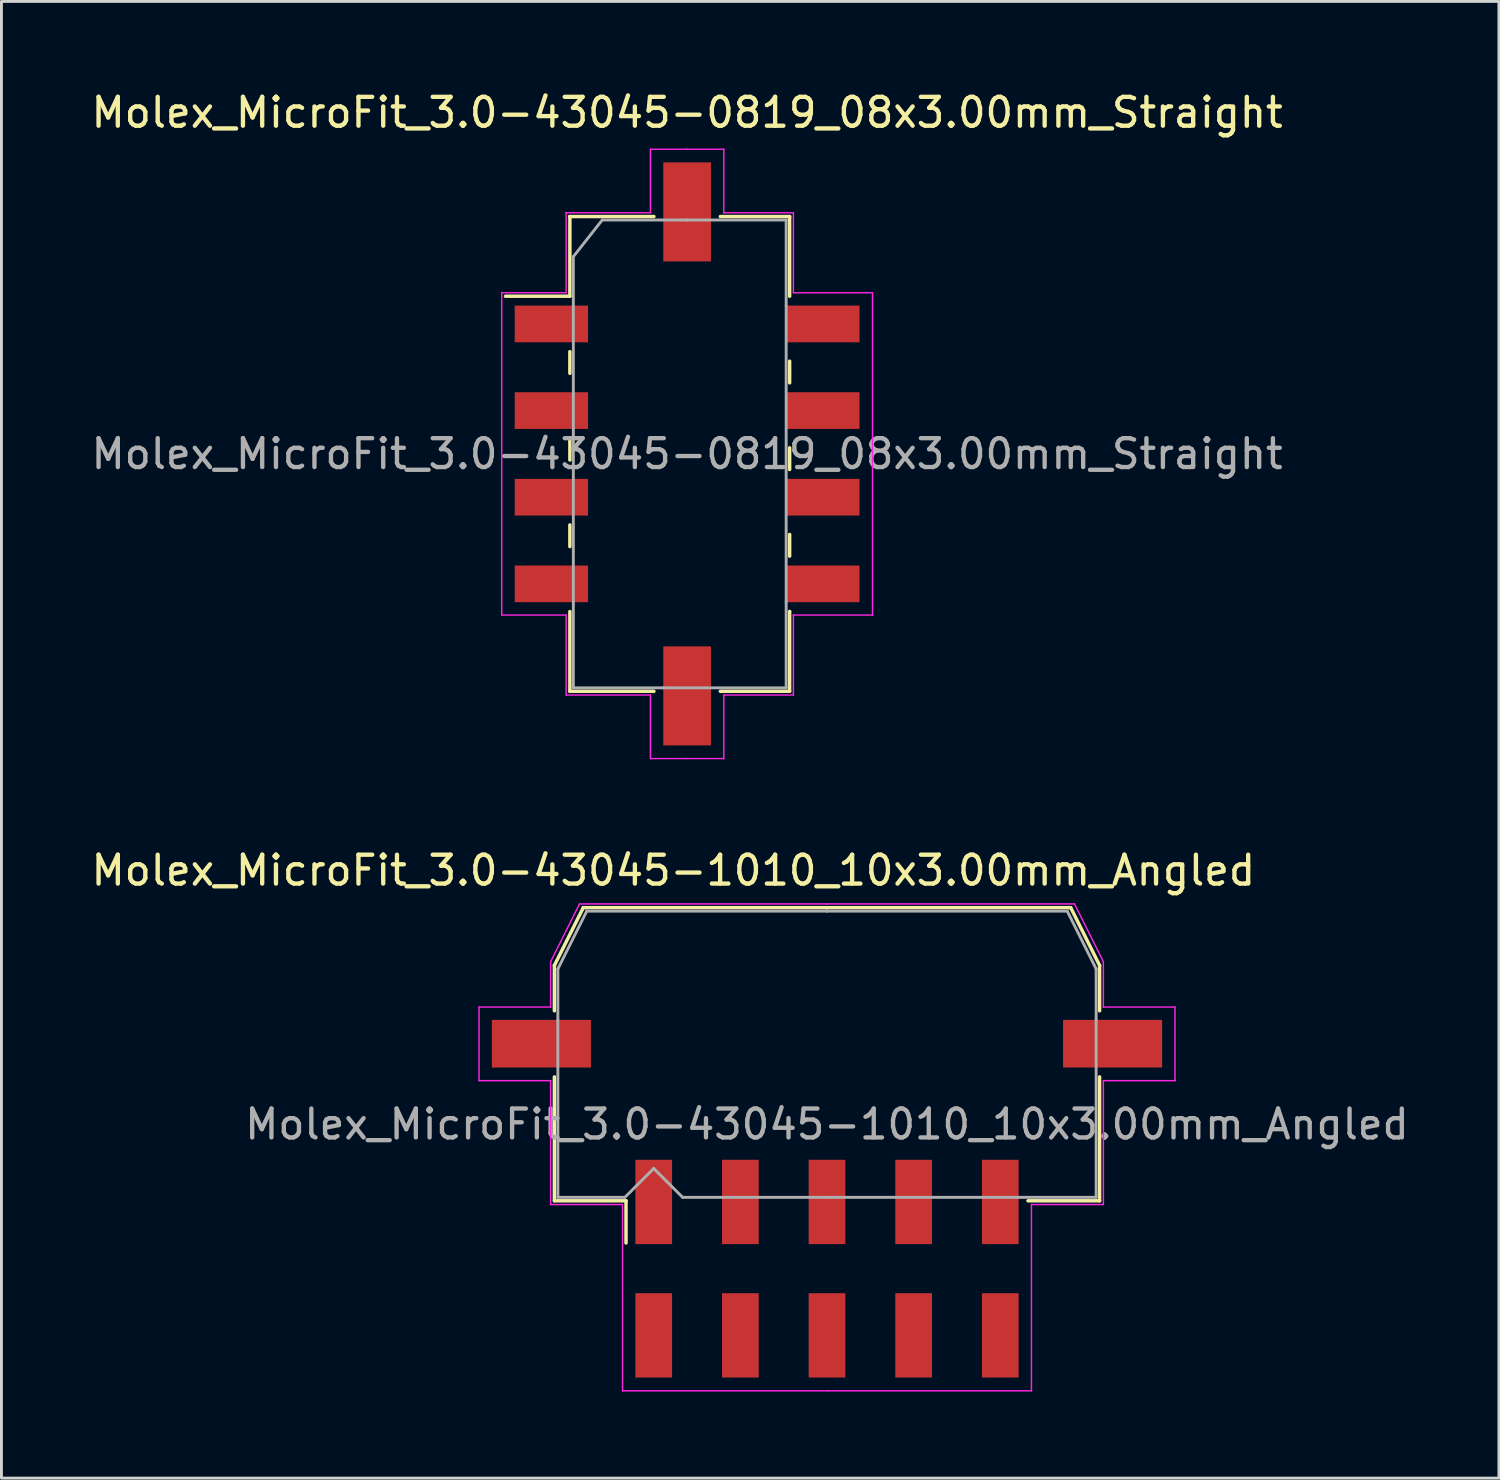
<source format=kicad_pcb>
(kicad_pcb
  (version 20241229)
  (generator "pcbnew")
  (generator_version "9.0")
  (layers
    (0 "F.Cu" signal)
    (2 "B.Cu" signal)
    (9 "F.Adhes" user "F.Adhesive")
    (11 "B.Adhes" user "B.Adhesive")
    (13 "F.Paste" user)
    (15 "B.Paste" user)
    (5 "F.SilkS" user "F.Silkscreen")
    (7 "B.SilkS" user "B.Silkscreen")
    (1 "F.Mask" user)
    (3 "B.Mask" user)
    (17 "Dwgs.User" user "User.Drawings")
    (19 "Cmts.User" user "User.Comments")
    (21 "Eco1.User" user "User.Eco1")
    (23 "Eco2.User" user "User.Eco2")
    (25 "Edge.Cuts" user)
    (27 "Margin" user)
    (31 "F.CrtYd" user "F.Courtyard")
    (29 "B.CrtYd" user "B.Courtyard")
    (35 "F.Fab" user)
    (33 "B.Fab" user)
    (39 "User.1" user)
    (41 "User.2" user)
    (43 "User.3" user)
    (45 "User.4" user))
  (footprint "Molex_MicroFit_3.0-43045-0819_08x3.00mm_Straight"
    (layer "F.Cu")
    (at 20.744 12.668)
    (property "Reference" "Molex_MicroFit_3.0-43045-0819_08x3.00mm_Straight" (at 0 -11.82 0) (layer "F.SilkS") (effects (font (size 1 1) (thickness 0.15))))
    (attr smd)
    (fp_line (start -6.29 -5.46) (end -4.06 -5.46) (stroke (width 0.12) (type solid)) (layer "F.SilkS"))
    (fp_line (start -4.06 -8.22) (end -4.06 -8.22) (stroke (width 0.12) (type solid)) (layer "F.SilkS"))
    (fp_line (start -4.06 -8.22) (end -1.15 -8.22) (stroke (width 0.12) (type solid)) (layer "F.SilkS"))
    (fp_line (start -4.06 -5.46) (end -4.06 -8.22) (stroke (width 0.12) (type solid)) (layer "F.SilkS"))
    (fp_line (start -4.06 -3.54) (end -4.06 -2.79) (stroke (width 0.12) (type solid)) (layer "F.SilkS"))
    (fp_line (start -4.06 -0.54) (end -4.06 0.21) (stroke (width 0.12) (type solid)) (layer "F.SilkS"))
    (fp_line (start -4.06 2.46) (end -4.06 3.21) (stroke (width 0.12) (type solid)) (layer "F.SilkS"))
    (fp_line (start -4.06 8.22) (end -4.06 5.46) (stroke (width 0.12) (type solid)) (layer "F.SilkS"))
    (fp_line (start -1.15 8.22) (end -4.06 8.22) (stroke (width 0.12) (type solid)) (layer "F.SilkS"))
    (fp_line (start 1.15 -8.22) (end 3.55 -8.22) (stroke (width 0.12) (type solid)) (layer "F.SilkS"))
    (fp_line (start 3.55 -8.22) (end 3.55 -5.46) (stroke (width 0.12) (type solid)) (layer "F.SilkS"))
    (fp_line (start 3.55 -2.46) (end 3.55 -3.21) (stroke (width 0.12) (type solid)) (layer "F.SilkS"))
    (fp_line (start 3.55 0.54) (end 3.55 -0.21) (stroke (width 0.12) (type solid)) (layer "F.SilkS"))
    (fp_line (start 3.55 3.54) (end 3.55 2.79) (stroke (width 0.12) (type solid)) (layer "F.SilkS"))
    (fp_line (start 3.55 5.46) (end 3.55 5.46) (stroke (width 0.12) (type solid)) (layer "F.SilkS"))
    (fp_line (start 3.55 5.46) (end 3.55 8.22) (stroke (width 0.12) (type solid)) (layer "F.SilkS"))
    (fp_line (start 3.55 8.22) (end 1.15 8.22) (stroke (width 0.12) (type solid)) (layer "F.SilkS"))
    (fp_line (start -6.42 -5.58) (end -4.19 -5.58) (stroke (width 0.05) (type solid)) (layer "F.CrtYd"))
    (fp_line (start -6.42 5.58) (end -6.42 -5.58) (stroke (width 0.05) (type solid)) (layer "F.CrtYd"))
    (fp_line (start -4.19 -8.35) (end -4.19 -8.35) (stroke (width 0.05) (type solid)) (layer "F.CrtYd"))
    (fp_line (start -4.19 -8.35) (end -1.27 -8.35) (stroke (width 0.05) (type solid)) (layer "F.CrtYd"))
    (fp_line (start -4.19 -5.58) (end -4.19 -8.35) (stroke (width 0.05) (type solid)) (layer "F.CrtYd"))
    (fp_line (start -4.19 5.58) (end -6.42 5.58) (stroke (width 0.05) (type solid)) (layer "F.CrtYd"))
    (fp_line (start -4.19 8.35) (end -4.19 5.58) (stroke (width 0.05) (type solid)) (layer "F.CrtYd"))
    (fp_line (start -1.27 -10.55) (end 0 -10.55) (stroke (width 0.05) (type solid)) (layer "F.CrtYd"))
    (fp_line (start -1.27 -8.35) (end -1.27 -10.55) (stroke (width 0.05) (type solid)) (layer "F.CrtYd"))
    (fp_line (start -1.27 8.35) (end -4.19 8.35) (stroke (width 0.05) (type solid)) (layer "F.CrtYd"))
    (fp_line (start -1.27 10.55) (end -1.27 8.35) (stroke (width 0.05) (type solid)) (layer "F.CrtYd"))
    (fp_line (start 0 -10.55) (end 1.27 -10.55) (stroke (width 0.05) (type solid)) (layer "F.CrtYd"))
    (fp_line (start 0 10.55) (end -1.27 10.55) (stroke (width 0.05) (type solid)) (layer "F.CrtYd"))
    (fp_line (start 1.27 -10.55) (end 1.27 -8.35) (stroke (width 0.05) (type solid)) (layer "F.CrtYd"))
    (fp_line (start 1.27 -8.35) (end 3.68 -8.35) (stroke (width 0.05) (type solid)) (layer "F.CrtYd"))
    (fp_line (start 1.27 8.35) (end 1.27 10.55) (stroke (width 0.05) (type solid)) (layer "F.CrtYd"))
    (fp_line (start 1.27 10.55) (end 0 10.55) (stroke (width 0.05) (type solid)) (layer "F.CrtYd"))
    (fp_line (start 3.68 -8.35) (end 3.68 -5.58) (stroke (width 0.05) (type solid)) (layer "F.CrtYd"))
    (fp_line (start 3.68 -5.58) (end 6.42 -5.58) (stroke (width 0.05) (type solid)) (layer "F.CrtYd"))
    (fp_line (start 3.68 5.58) (end 3.68 5.58) (stroke (width 0.05) (type solid)) (layer "F.CrtYd"))
    (fp_line (start 3.68 5.58) (end 3.68 8.35) (stroke (width 0.05) (type solid)) (layer "F.CrtYd"))
    (fp_line (start 3.68 8.35) (end 1.27 8.35) (stroke (width 0.05) (type solid)) (layer "F.CrtYd"))
    (fp_line (start 6.42 -5.58) (end 6.42 5.58) (stroke (width 0.05) (type solid)) (layer "F.CrtYd"))
    (fp_line (start 6.42 5.58) (end 3.68 5.58) (stroke (width 0.05) (type solid)) (layer "F.CrtYd"))
    (fp_line (start -3.94 -6.83) (end -2.94 -8.1) (stroke (width 0.1) (type solid)) (layer "F.Fab"))
    (fp_line (start -3.94 5.13) (end -3.94 -6.83) (stroke (width 0.1) (type solid)) (layer "F.Fab"))
    (fp_line (start -3.94 8.1) (end -3.94 5.13) (stroke (width 0.1) (type solid)) (layer "F.Fab"))
    (fp_line (start -2.94 -8.1) (end 0 -8.1) (stroke (width 0.1) (type solid)) (layer "F.Fab"))
    (fp_line (start -0.82 8.1) (end -3.94 8.1) (stroke (width 0.1) (type solid)) (layer "F.Fab"))
    (fp_line (start 0 -8.1) (end 3.43 -8.1) (stroke (width 0.1) (type solid)) (layer "F.Fab"))
    (fp_line (start 3.43 -8.1) (end 3.43 -5.13) (stroke (width 0.1) (type solid)) (layer "F.Fab"))
    (fp_line (start 3.43 -5.13) (end 3.43 5.13) (stroke (width 0.1) (type solid)) (layer "F.Fab"))
    (fp_line (start 3.43 5.13) (end 3.43 8.1) (stroke (width 0.1) (type solid)) (layer "F.Fab"))
    (fp_line (start 3.43 8.1) (end -0.82 8.1) (stroke (width 0.1) (type solid)) (layer "F.Fab"))
    (fp_text user "${REFERENCE}" (at 0 0 0) (layer "F.Fab") (effects (font (size 1 1) (thickness 0.15))))
    (pad "" smd rect (at 0 -8.38) (size 1.65 3.43) (layers "F.Cu" "F.Mask" "F.Paste"))
    (pad "" smd rect (at 0 8.38) (size 1.65 3.43) (layers "F.Cu" "F.Mask" "F.Paste"))
    (pad "1" smd rect (at -4.7 -4.5) (size 2.54 1.27) (layers "F.Cu" "F.Mask" "F.Paste"))
    (pad "2" smd rect (at -4.7 -1.5) (size 2.54 1.27) (layers "F.Cu" "F.Mask" "F.Paste"))
    (pad "3" smd rect (at -4.7 1.5) (size 2.54 1.27) (layers "F.Cu" "F.Mask" "F.Paste"))
    (pad "4" smd rect (at -4.7 4.5) (size 2.54 1.27) (layers "F.Cu" "F.Mask" "F.Paste"))
    (pad "5" smd rect (at 4.7 4.5) (size 2.54 1.27) (layers "F.Cu" "F.Mask" "F.Paste"))
    (pad "6" smd rect (at 4.7 1.5) (size 2.54 1.27) (layers "F.Cu" "F.Mask" "F.Paste"))
    (pad "7" smd rect (at 4.7 -1.5) (size 2.54 1.27) (layers "F.Cu" "F.Mask" "F.Paste"))
    (pad "8" smd rect (at 4.7 -4.5) (size 2.54 1.27) (layers "F.Cu" "F.Mask" "F.Paste")))
  (footprint "Molex_MicroFit_3.0-43045-1010_10x3.00mm_Angled"
    (layer "F.Cu")
    (at 25.588 40.882)
    (property "Reference" "Molex_MicroFit_3.0-43045-1010_10x3.00mm_Angled" (at -5.32 -13.79 0) (layer "F.SilkS") (effects (font (size 1 1) (thickness 0.15))))
    (attr smd)
    (fp_line (start -9.44 -10.5) (end -9.44 -8.93) (stroke (width 0.12) (type solid)) (layer "F.SilkS"))
    (fp_line (start -9.44 -6.64) (end -9.44 -2.35) (stroke (width 0.12) (type solid)) (layer "F.SilkS"))
    (fp_line (start -9.44 -2.35) (end -6.96 -2.35) (stroke (width 0.12) (type solid)) (layer "F.SilkS"))
    (fp_line (start -8.44 -12.5) (end -9.44 -10.5) (stroke (width 0.12) (type solid)) (layer "F.SilkS"))
    (fp_line (start -6.96 -2.35) (end -6.96 -0.89) (stroke (width 0.12) (type solid)) (layer "F.SilkS"))
    (fp_line (start 0 -12.5) (end -8.44 -12.5) (stroke (width 0.12) (type solid)) (layer "F.SilkS"))
    (fp_line (start 0 -12.5) (end 8.44 -12.5) (stroke (width 0.12) (type solid)) (layer "F.SilkS"))
    (fp_line (start 8.44 -12.5) (end 9.44 -10.5) (stroke (width 0.12) (type solid)) (layer "F.SilkS"))
    (fp_line (start 9.44 -10.5) (end 9.44 -8.93) (stroke (width 0.12) (type solid)) (layer "F.SilkS"))
    (fp_line (start 9.44 -6.64) (end 9.44 -2.35) (stroke (width 0.12) (type solid)) (layer "F.SilkS"))
    (fp_line (start 9.44 -2.35) (end 6.96 -2.35) (stroke (width 0.12) (type solid)) (layer "F.SilkS"))
    (fp_line (start -12.05 -9.06) (end -12.05 -6.51) (stroke (width 0.05) (type solid)) (layer "F.CrtYd"))
    (fp_line (start -12.05 -6.51) (end -9.57 -6.51) (stroke (width 0.05) (type solid)) (layer "F.CrtYd"))
    (fp_line (start -9.57 -10.63) (end -9.57 -9.06) (stroke (width 0.05) (type solid)) (layer "F.CrtYd"))
    (fp_line (start -9.57 -9.06) (end -12.05 -9.06) (stroke (width 0.05) (type solid)) (layer "F.CrtYd"))
    (fp_line (start -9.57 -6.51) (end -9.57 -2.22) (stroke (width 0.05) (type solid)) (layer "F.CrtYd"))
    (fp_line (start -9.57 -2.22) (end -7.08 -2.22) (stroke (width 0.05) (type solid)) (layer "F.CrtYd"))
    (fp_line (start -8.57 -12.63) (end -9.57 -10.63) (stroke (width 0.05) (type solid)) (layer "F.CrtYd"))
    (fp_line (start -7.08 -2.22) (end -7.08 4.23) (stroke (width 0.05) (type solid)) (layer "F.CrtYd"))
    (fp_line (start -7.08 4.23) (end 0 4.23) (stroke (width 0.05) (type solid)) (layer "F.CrtYd"))
    (fp_line (start 0 -12.63) (end -8.57 -12.63) (stroke (width 0.05) (type solid)) (layer "F.CrtYd"))
    (fp_line (start 0 -12.63) (end 8.57 -12.63) (stroke (width 0.05) (type solid)) (layer "F.CrtYd"))
    (fp_line (start 7.08 -2.22) (end 7.08 4.23) (stroke (width 0.05) (type solid)) (layer "F.CrtYd"))
    (fp_line (start 7.08 4.23) (end 0 4.23) (stroke (width 0.05) (type solid)) (layer "F.CrtYd"))
    (fp_line (start 8.57 -12.63) (end 9.57 -10.63) (stroke (width 0.05) (type solid)) (layer "F.CrtYd"))
    (fp_line (start 9.57 -10.63) (end 9.57 -9.06) (stroke (width 0.05) (type solid)) (layer "F.CrtYd"))
    (fp_line (start 9.57 -9.06) (end 12.05 -9.06) (stroke (width 0.05) (type solid)) (layer "F.CrtYd"))
    (fp_line (start 9.57 -6.51) (end 9.57 -2.22) (stroke (width 0.05) (type solid)) (layer "F.CrtYd"))
    (fp_line (start 9.57 -2.22) (end 7.08 -2.22) (stroke (width 0.05) (type solid)) (layer "F.CrtYd"))
    (fp_line (start 12.05 -9.06) (end 12.05 -6.51) (stroke (width 0.05) (type solid)) (layer "F.CrtYd"))
    (fp_line (start 12.05 -6.51) (end 9.57 -6.51) (stroke (width 0.05) (type solid)) (layer "F.CrtYd"))
    (fp_line (start -9.32 -10.38) (end -9.32 -8.61) (stroke (width 0.1) (type solid)) (layer "F.Fab"))
    (fp_line (start -9.32 -8.61) (end -9.32 -2.47) (stroke (width 0.1) (type solid)) (layer "F.Fab"))
    (fp_line (start -9.32 -2.47) (end -7 -2.47) (stroke (width 0.1) (type solid)) (layer "F.Fab"))
    (fp_line (start -8.32 -12.38) (end -9.32 -10.38) (stroke (width 0.1) (type solid)) (layer "F.Fab"))
    (fp_line (start -7 -2.47) (end -6 -3.47) (stroke (width 0.1) (type solid)) (layer "F.Fab"))
    (fp_line (start -6 -3.47) (end -5 -2.47) (stroke (width 0.1) (type solid)) (layer "F.Fab"))
    (fp_line (start -5 -2.47) (end 0 -2.47) (stroke (width 0.1) (type solid)) (layer "F.Fab"))
    (fp_line (start 0 -12.38) (end -8.32 -12.38) (stroke (width 0.1) (type solid)) (layer "F.Fab"))
    (fp_line (start 0 -12.38) (end 8.32 -12.38) (stroke (width 0.1) (type solid)) (layer "F.Fab"))
    (fp_line (start 6.63 -2.47) (end 0 -2.47) (stroke (width 0.1) (type solid)) (layer "F.Fab"))
    (fp_line (start 8.32 -12.38) (end 9.32 -10.38) (stroke (width 0.1) (type solid)) (layer "F.Fab"))
    (fp_line (start 9.32 -10.38) (end 9.32 -8.61) (stroke (width 0.1) (type solid)) (layer "F.Fab"))
    (fp_line (start 9.32 -8.61) (end 9.32 -2.47) (stroke (width 0.1) (type solid)) (layer "F.Fab"))
    (fp_line (start 9.32 -2.47) (end 6.63 -2.47) (stroke (width 0.1) (type solid)) (layer "F.Fab"))
    (fp_text user "${REFERENCE}" (at 0 -5 0) (layer "F.Fab") (effects (font (size 1 1) (thickness 0.15))))
    (pad "" smd rect (at -9.89 -7.79) (size 3.43 1.65) (layers "F.Cu" "F.Mask" "F.Paste"))
    (pad "" smd rect (at 9.89 -7.79) (size 3.43 1.65) (layers "F.Cu" "F.Mask" "F.Paste"))
    (pad "1" smd rect (at -6 -2.31) (size 1.27 2.92) (layers "F.Cu" "F.Mask" "F.Paste"))
    (pad "2" smd rect (at -3 -2.31) (size 1.27 2.92) (layers "F.Cu" "F.Mask" "F.Paste"))
    (pad "3" smd rect (at 0 -2.31) (size 1.27 2.92) (layers "F.Cu" "F.Mask" "F.Paste"))
    (pad "4" smd rect (at 3 -2.31) (size 1.27 2.92) (layers "F.Cu" "F.Mask" "F.Paste"))
    (pad "5" smd rect (at 6 -2.31) (size 1.27 2.92) (layers "F.Cu" "F.Mask" "F.Paste"))
    (pad "6" smd rect (at 6 2.31) (size 1.27 2.92) (layers "F.Cu" "F.Mask" "F.Paste"))
    (pad "7" smd rect (at 3 2.31) (size 1.27 2.92) (layers "F.Cu" "F.Mask" "F.Paste"))
    (pad "8" smd rect (at 0 2.31) (size 1.27 2.92) (layers "F.Cu" "F.Mask" "F.Paste"))
    (pad "9" smd rect (at -3 2.31) (size 1.27 2.92) (layers "F.Cu" "F.Mask" "F.Paste"))
    (pad "10" smd rect (at -6 2.31) (size 1.27 2.92) (layers "F.Cu" "F.Mask" "F.Paste")))
  (gr_rect
    (start -3 -3)
    (end 48.856 48.136)
    (stroke (width 0.1) (type default))
    (fill no)
    (layer "Edge.Cuts")))
</source>
